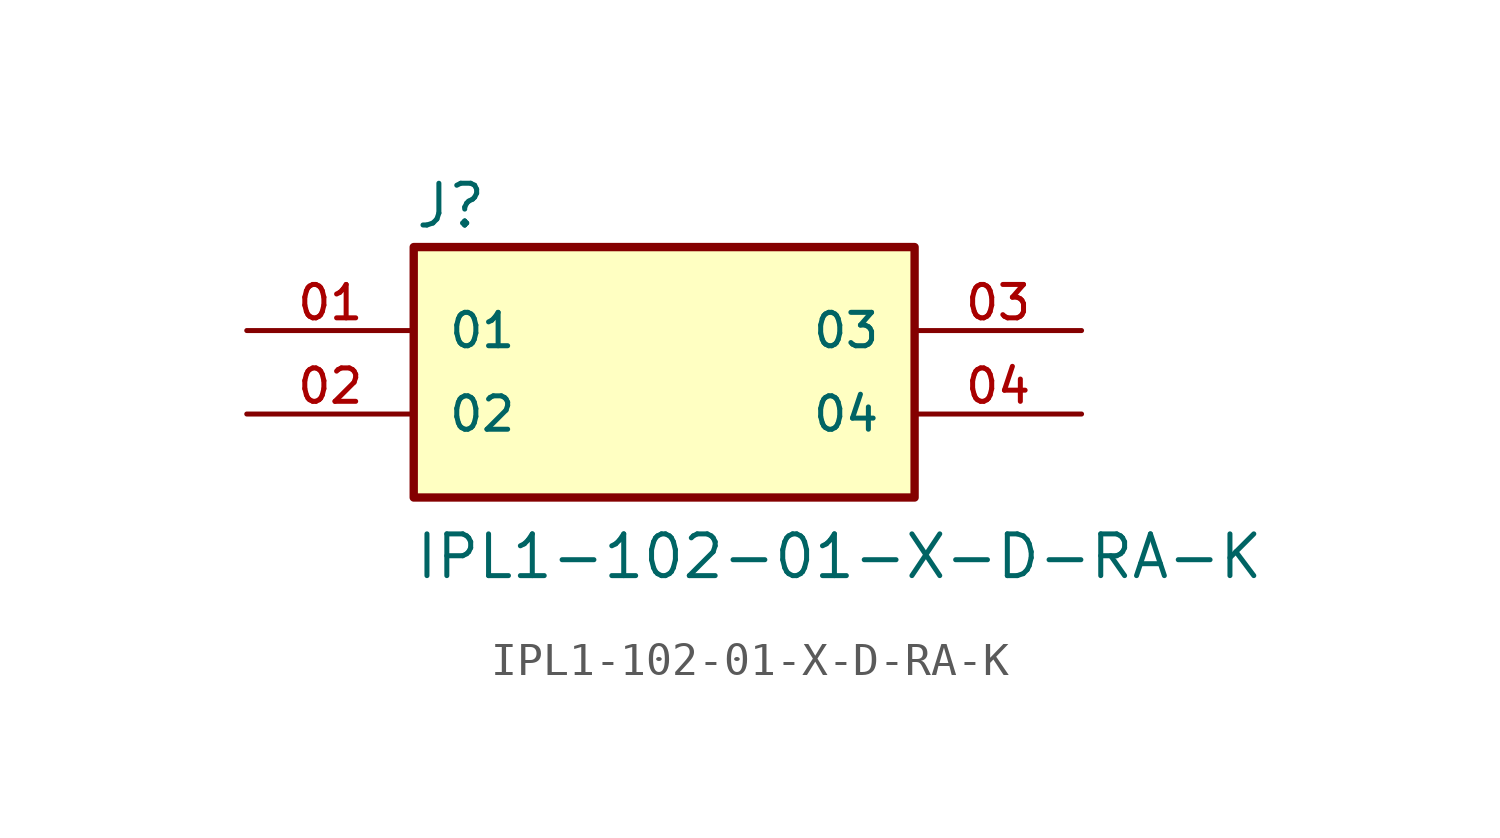
<source format=kicad_sym>
(kicad_symbol_lib
  (version 20211014)
  (generator kicad_symbol_editor)
  (symbol "IPL1-102-01-X-D-RA-K"
    (pin_names
      (offset 1.016))
    (property "Reference" "J"
      (at -7.62 5.588 0)
      (effects (font (size 1.27 1.27)) (justify bottom left)))
    (property "Value" "IPL1-102-01-X-D-RA-K"
      (at -7.62 -5.08 0)
      (effects (font (size 1.27 1.27)) (justify bottom left)))
    (symbol "IPL1-102-01-X-D-RA-K_0_0"
      (rectangle (start -7.62 -2.54) (end 7.62 5.08) (stroke (width 0.254)) (fill (type background)))
      (pin passive line (at -12.7 2.54 0) (length 5.08) (name "01" (effects (font (size 1.016 1.016)))) (number "01" (effects (font (size 1.016 1.016)))))
      (pin passive line (at 12.7 2.54 180.0) (length 5.08) (name "03" (effects (font (size 1.016 1.016)))) (number "03" (effects (font (size 1.016 1.016)))))
      (pin passive line (at -12.7 0.0 0) (length 5.08) (name "02" (effects (font (size 1.016 1.016)))) (number "02" (effects (font (size 1.016 1.016)))))
      (pin passive line (at 12.7 0.0 180.0) (length 5.08) (name "04" (effects (font (size 1.016 1.016)))) (number "04" (effects (font (size 1.016 1.016))))))))
</source>
